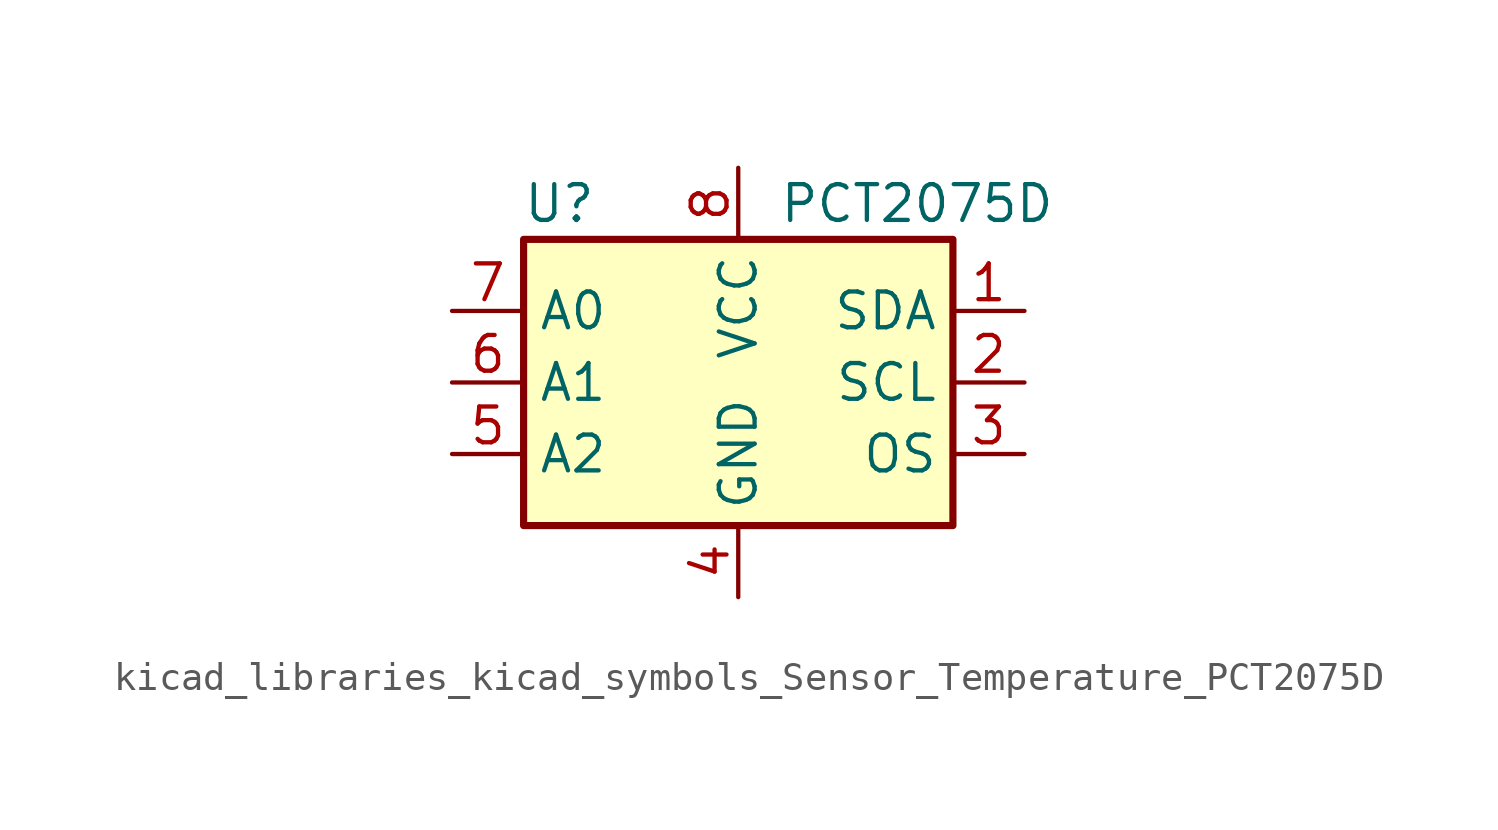
<source format=kicad_sym>
(kicad_symbol_lib
  (version 20220914)
  (generator kicad_symbol_editor)
  (symbol "kicad_libraries_kicad_symbols_Sensor_Temperature_PCT2075D"
    (property "Reference" "U"
      (at -6.35 6.35 0)
      (effects (font (size 1.27 1.27))))
    (property "Value" "PCT2075D"
      (at 6.35 6.35 0)
      (effects (font (size 1.27 1.27))))
    (symbol "kicad_libraries_kicad_symbols_Sensor_Temperature_PCT2075D_0_1"
      (rectangle (start -7.62 5.08) (end 7.62 -5.08) (stroke (width 0.254) (type default)) (fill (type background))))
    (symbol "kicad_libraries_kicad_symbols_Sensor_Temperature_PCT2075D_1_1"
      (pin bidirectional line (at 10.16 2.54 180) (length 2.54) (name "SDA" (effects (font (size 1.27 1.27)))) (number "1" (effects (font (size 1.27 1.27)))))
      (pin input line (at 10.16 0 180) (length 2.54) (name "SCL" (effects (font (size 1.27 1.27)))) (number "2" (effects (font (size 1.27 1.27)))))
      (pin open_collector line (at 10.16 -2.54 180) (length 2.54) (name "OS" (effects (font (size 1.27 1.27)))) (number "3" (effects (font (size 1.27 1.27)))))
      (pin power_in line (at 0 -7.62 90) (length 2.54) (name "GND" (effects (font (size 1.27 1.27)))) (number "4" (effects (font (size 1.27 1.27)))))
      (pin input line (at -10.16 -2.54 0) (length 2.54) (name "A2" (effects (font (size 1.27 1.27)))) (number "5" (effects (font (size 1.27 1.27)))))
      (pin input line (at -10.16 0 0) (length 2.54) (name "A1" (effects (font (size 1.27 1.27)))) (number "6" (effects (font (size 1.27 1.27)))))
      (pin input line (at -10.16 2.54 0) (length 2.54) (name "A0" (effects (font (size 1.27 1.27)))) (number "7" (effects (font (size 1.27 1.27)))))
      (pin power_in line (at 0 7.62 270) (length 2.54) (name "VCC" (effects (font (size 1.27 1.27)))) (number "8" (effects (font (size 1.27 1.27))))))))
</source>
